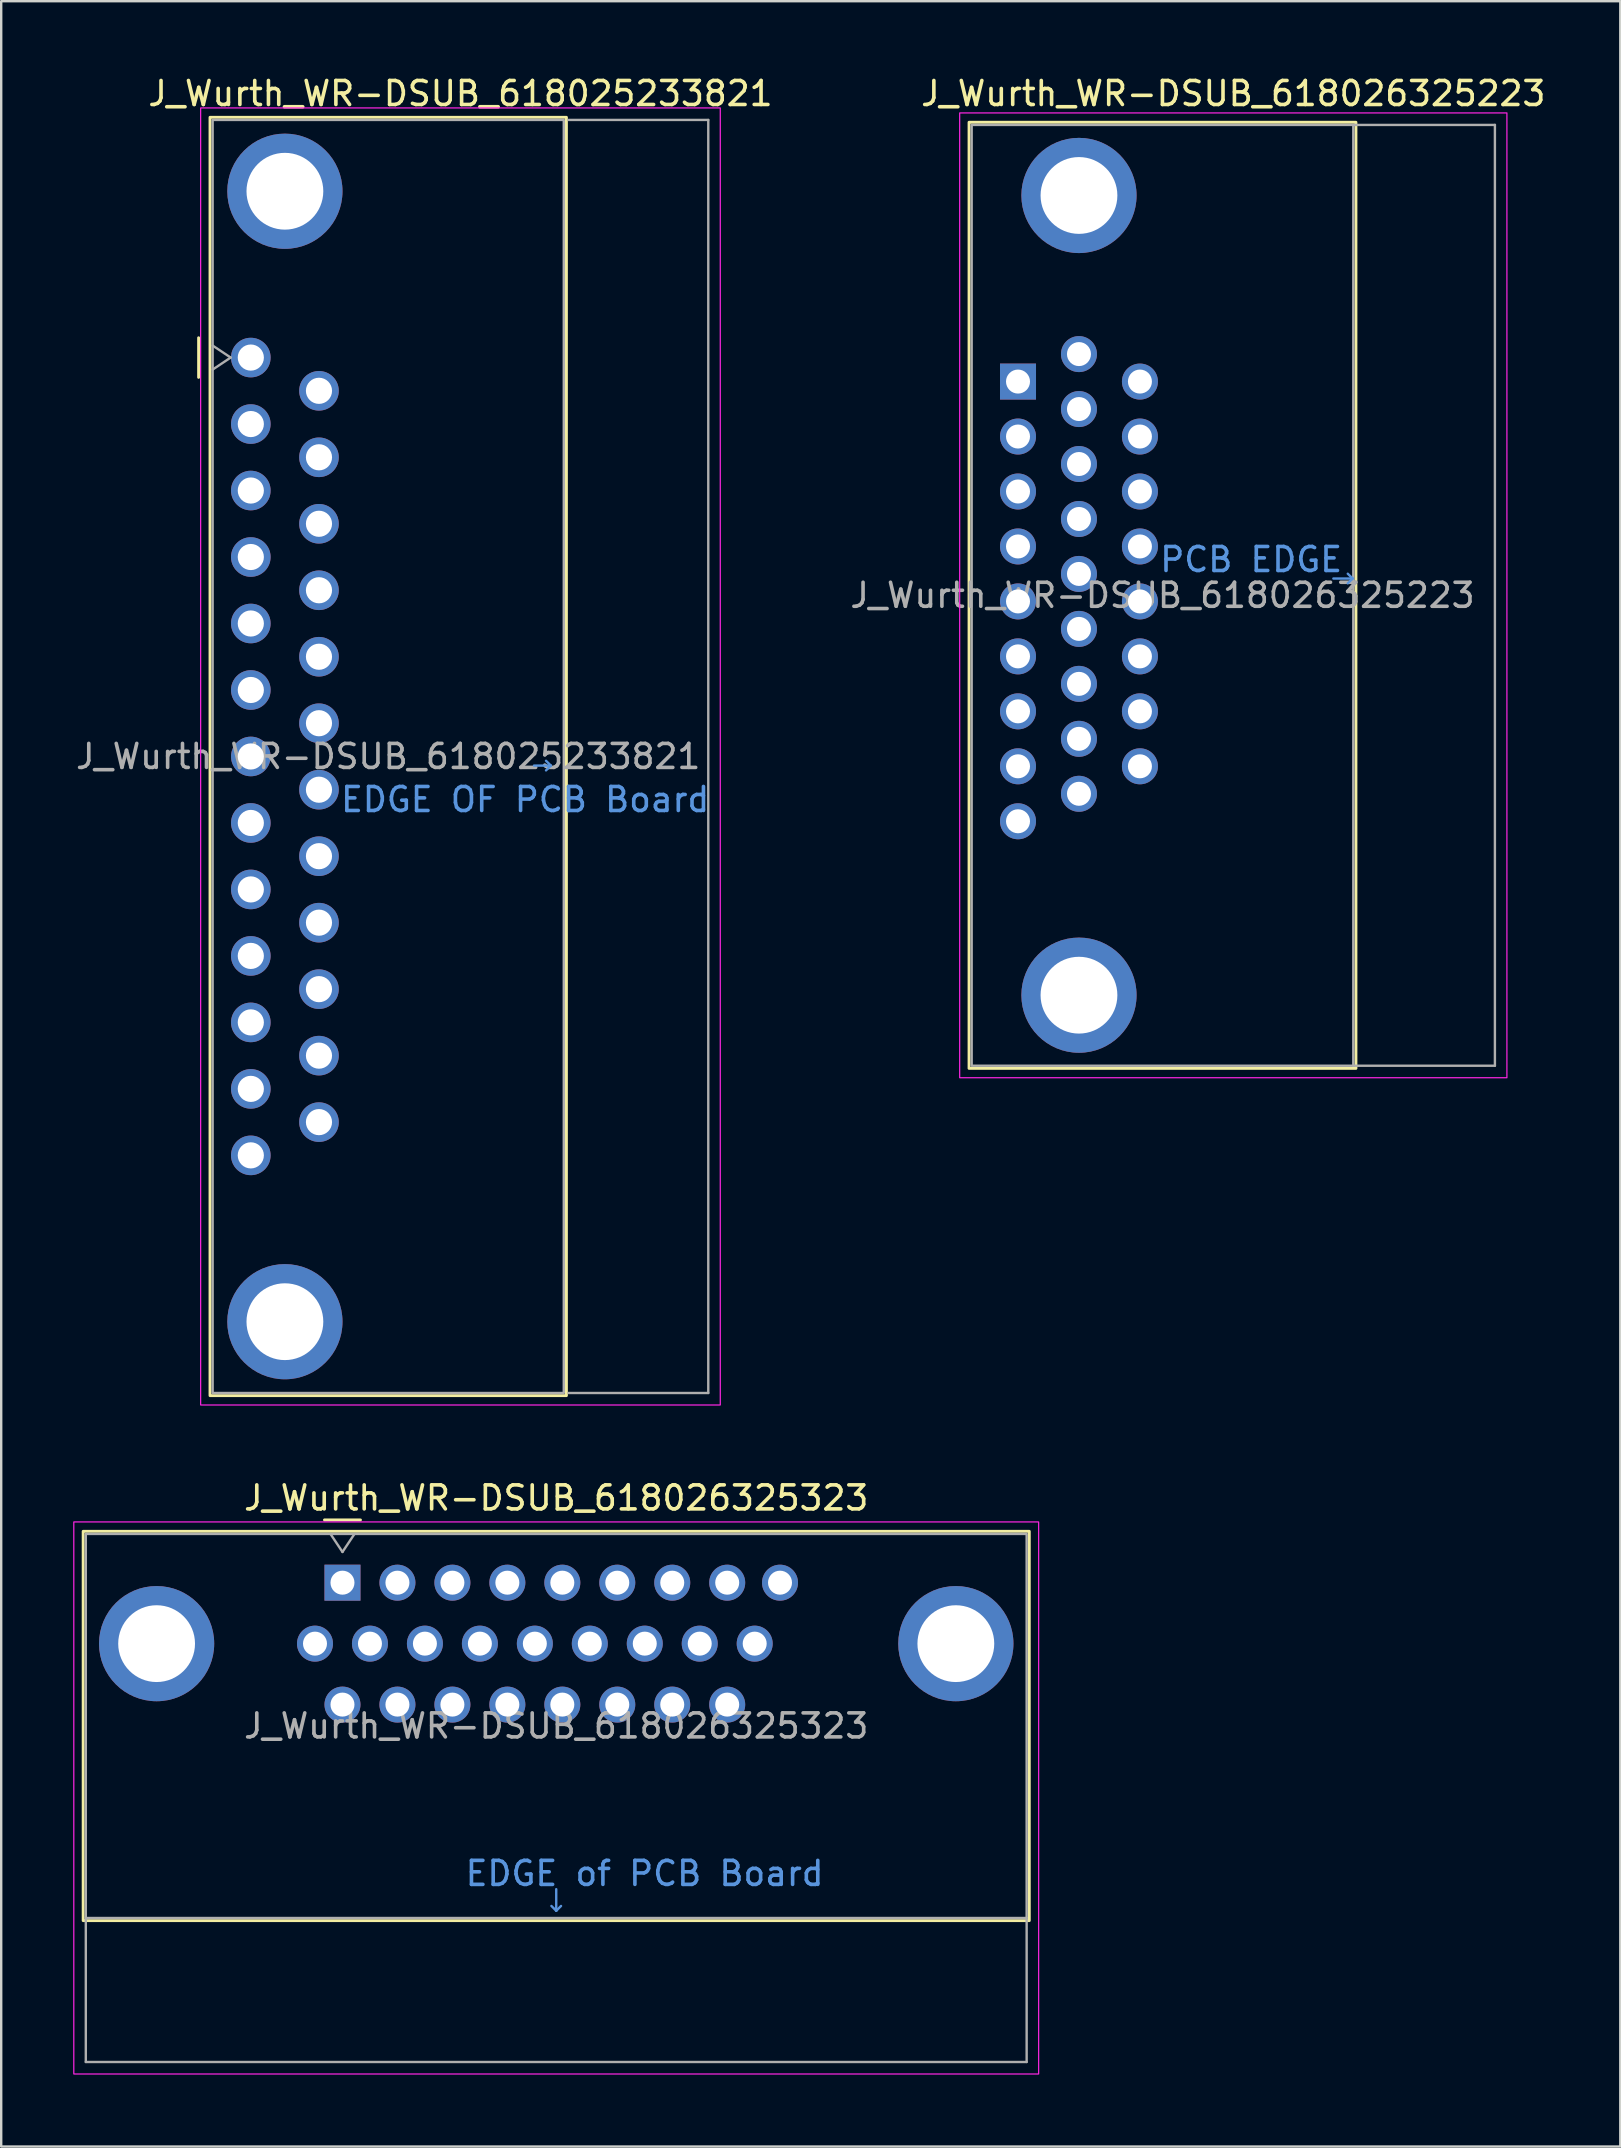
<source format=kicad_pcb>
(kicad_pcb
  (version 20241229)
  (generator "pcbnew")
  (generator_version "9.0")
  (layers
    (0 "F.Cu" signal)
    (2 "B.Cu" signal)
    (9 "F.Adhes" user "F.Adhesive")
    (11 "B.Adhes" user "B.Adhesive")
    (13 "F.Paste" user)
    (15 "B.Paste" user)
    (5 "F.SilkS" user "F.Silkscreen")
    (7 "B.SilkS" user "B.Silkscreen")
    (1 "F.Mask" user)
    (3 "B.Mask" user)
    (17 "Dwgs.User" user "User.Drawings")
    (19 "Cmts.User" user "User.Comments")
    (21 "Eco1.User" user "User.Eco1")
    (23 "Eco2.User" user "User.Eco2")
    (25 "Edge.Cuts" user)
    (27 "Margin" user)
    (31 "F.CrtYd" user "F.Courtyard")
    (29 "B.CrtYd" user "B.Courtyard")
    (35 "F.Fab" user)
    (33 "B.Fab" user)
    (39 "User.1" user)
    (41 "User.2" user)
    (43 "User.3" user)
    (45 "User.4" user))
  (footprint "J_Wurth_WR-DSUB_618025233821"
    (layer "F.Cu")
    (at 7.4 11.848)
    (property "Reference" "J_Wurth_WR-DSUB_618025233821" (at 8.735 -11 0) (unlocked yes) (layer "F.SilkS") (effects (font (size 1 1) (thickness 0.15))))
    (attr through_hole)
    (fp_line (start -2.175 -0.825) (end -2.175 0.825) (stroke (width 0.12) (type solid)) (layer "F.SilkS"))
    (fp_rect (start -1.7 -10.01) (end 13.15 43.25) (stroke (width 0.12) (type solid)) (fill no) (layer "F.SilkS"))
    (fp_line (start 11.8 17) (end 12.5 17) (stroke (width 0.1) (type solid)) (layer "Cmts.User"))
    (fp_line (start 12.5 17) (end 12.3 16.8) (stroke (width 0.1) (type solid)) (layer "Cmts.User"))
    (fp_line (start 12.5 17) (end 12.3 17.2) (stroke (width 0.1) (type solid)) (layer "Cmts.User"))
    (fp_rect (start -2.09 -10.4) (end 19.56 43.64) (stroke (width 0.05) (type solid)) (fill no) (layer "F.CrtYd"))
    (fp_line (start -0.84 0) (end -1.59 -0.5) (stroke (width 0.1) (type solid)) (layer "F.Fab"))
    (fp_line (start -0.84 0) (end -1.59 0.5) (stroke (width 0.1) (type solid)) (layer "F.Fab"))
    (fp_line (start 13.235 -9.9) (end 19.06 -9.9) (stroke (width 0.1) (type solid)) (layer "F.Fab"))
    (fp_line (start 19.06 -9.9) (end 19.06 43.14) (stroke (width 0.1) (type solid)) (layer "F.Fab"))
    (fp_line (start 19.06 43.14) (end 13.235 43.14) (stroke (width 0.1) (type solid)) (layer "F.Fab"))
    (fp_rect (start -1.59 -9.9) (end 13.04 43.14) (stroke (width 0.1) (type solid)) (fill no) (layer "F.Fab"))
    (fp_text user "EDGE OF PCB Board" (at 3.665 19 0) (unlocked yes) (layer "Cmts.User") (effects (font (size 1 1) (thickness 0.15)) (justify left bottom)))
    (fp_text user "${REFERENCE}" (at 5.725 16.62 0) (unlocked yes) (layer "F.Fab") (effects (font (size 1 1) (thickness 0.15))))
    (pad "1" thru_hole circle (at 0 0 90) (size 1.65 1.65) (drill 1.09) (layers "*.Cu" "*.Mask"))
    (pad "2" thru_hole circle (at 0 2.77 90) (size 1.65 1.65) (drill 1.09) (layers "*.Cu" "*.Mask"))
    (pad "3" thru_hole circle (at 0 5.54 90) (size 1.65 1.65) (drill 1.09) (layers "*.Cu" "*.Mask"))
    (pad "4" thru_hole circle (at 0 8.31 90) (size 1.65 1.65) (drill 1.09) (layers "*.Cu" "*.Mask"))
    (pad "5" thru_hole circle (at 0 11.08 90) (size 1.65 1.65) (drill 1.09) (layers "*.Cu" "*.Mask"))
    (pad "6" thru_hole circle (at 0 13.85 90) (size 1.65 1.65) (drill 1.09) (layers "*.Cu" "*.Mask"))
    (pad "7" thru_hole circle (at 0 16.62 90) (size 1.65 1.65) (drill 1.09) (layers "*.Cu" "*.Mask"))
    (pad "8" thru_hole circle (at 0 19.39 90) (size 1.65 1.65) (drill 1.09) (layers "*.Cu" "*.Mask"))
    (pad "9" thru_hole circle (at 0 22.16 90) (size 1.65 1.65) (drill 1.09) (layers "*.Cu" "*.Mask"))
    (pad "10" thru_hole circle (at 0 24.93 90) (size 1.65 1.65) (drill 1.09) (layers "*.Cu" "*.Mask"))
    (pad "11" thru_hole circle (at 0 27.7 90) (size 1.65 1.65) (drill 1.09) (layers "*.Cu" "*.Mask"))
    (pad "12" thru_hole circle (at 0 30.47 90) (size 1.65 1.65) (drill 1.09) (layers "*.Cu" "*.Mask"))
    (pad "13" thru_hole circle (at 0 33.24 90) (size 1.65 1.65) (drill 1.09) (layers "*.Cu" "*.Mask"))
    (pad "14" thru_hole circle (at 2.84 1.385 90) (size 1.65 1.65) (drill 1.09) (layers "*.Cu" "*.Mask"))
    (pad "15" thru_hole circle (at 2.84 4.155 90) (size 1.65 1.65) (drill 1.09) (layers "*.Cu" "*.Mask"))
    (pad "16" thru_hole circle (at 2.84 6.925 90) (size 1.65 1.65) (drill 1.09) (layers "*.Cu" "*.Mask"))
    (pad "17" thru_hole circle (at 2.84 9.695 90) (size 1.65 1.65) (drill 1.09) (layers "*.Cu" "*.Mask"))
    (pad "18" thru_hole circle (at 2.84 12.465 90) (size 1.65 1.65) (drill 1.09) (layers "*.Cu" "*.Mask"))
    (pad "19" thru_hole circle (at 2.84 15.235 90) (size 1.65 1.65) (drill 1.09) (layers "*.Cu" "*.Mask"))
    (pad "20" thru_hole circle (at 2.84 18.005 90) (size 1.65 1.65) (drill 1.09) (layers "*.Cu" "*.Mask"))
    (pad "21" thru_hole circle (at 2.84 20.775 90) (size 1.65 1.65) (drill 1.09) (layers "*.Cu" "*.Mask"))
    (pad "22" thru_hole circle (at 2.84 23.545 90) (size 1.65 1.65) (drill 1.09) (layers "*.Cu" "*.Mask"))
    (pad "23" thru_hole circle (at 2.84 26.315 90) (size 1.65 1.65) (drill 1.09) (layers "*.Cu" "*.Mask"))
    (pad "24" thru_hole circle (at 2.84 29.085 90) (size 1.65 1.65) (drill 1.09) (layers "*.Cu" "*.Mask"))
    (pad "25" thru_hole circle (at 2.84 31.855 90) (size 1.65 1.65) (drill 1.09) (layers "*.Cu" "*.Mask"))
    (pad "S1" thru_hole circle (at 1.42 40.17 90) (size 4.8 4.8) (drill 3.2) (layers "*.Cu" "*.Mask"))
    (pad "S2" thru_hole circle (at 1.42 -6.93 90) (size 4.8 4.8) (drill 3.2) (layers "*.Cu" "*.Mask")))
  (footprint "J_Wurth_WR-DSUB_618026325223"
    (layer "F.Cu")
    (at 39.365 12.848)
    (property "Reference" "J_Wurth_WR-DSUB_618026325223" (at 8.97 -12 0) (unlocked yes) (layer "F.SilkS") (effects (font (size 1 1) (thickness 0.15))))
    (attr through_hole)
    (fp_rect (start -2.04 -10.804) (end 14.08 28.616) (stroke (width 0.12) (type solid)) (fill no) (layer "F.SilkS"))
    (fp_line (start 13.14 8.206) (end 13.94 8.206) (stroke (width 0.1) (type solid)) (layer "Cmts.User"))
    (fp_line (start 13.94 8.206) (end 13.74 8.006) (stroke (width 0.1) (type solid)) (layer "Cmts.User"))
    (fp_line (start 13.94 8.206) (end 13.74 8.406) (stroke (width 0.1) (type solid)) (layer "Cmts.User"))
    (fp_rect (start -2.43 -11.194) (end 20.37 29.006) (stroke (width 0.05) (type solid)) (fill no) (layer "F.CrtYd"))
    (fp_line (start 13.97 -10.694) (end 19.87 -10.694) (stroke (width 0.1) (type solid)) (layer "F.Fab"))
    (fp_line (start 19.87 -10.694) (end 19.87 28.506) (stroke (width 0.1) (type solid)) (layer "F.Fab"))
    (fp_line (start 19.87 28.506) (end 13.97 28.506) (stroke (width 0.1) (type solid)) (layer "F.Fab"))
    (fp_rect (start -1.93 -10.694) (end 13.97 28.506) (stroke (width 0.1) (type solid)) (fill no) (layer "F.Fab"))
    (fp_text user "PCB EDGE" (at 5.83 8 0) (unlocked yes) (layer "Cmts.User") (effects (font (size 1 1) (thickness 0.15)) (justify left bottom)))
    (fp_text user "${REFERENCE}" (at 6.02 8.906 0) (unlocked yes) (layer "F.Fab") (effects (font (size 1 1) (thickness 0.15))))
    (pad "1" thru_hole rect (at 0 0 90) (size 1.5 1.5) (drill 1) (layers "*.Cu" "*.Mask"))
    (pad "2" thru_hole circle (at 0 2.29 90) (size 1.5 1.5) (drill 1) (layers "*.Cu" "*.Mask"))
    (pad "3" thru_hole circle (at 0 4.58 90) (size 1.5 1.5) (drill 1) (layers "*.Cu" "*.Mask"))
    (pad "4" thru_hole circle (at 0 6.87 90) (size 1.5 1.5) (drill 1) (layers "*.Cu" "*.Mask"))
    (pad "5" thru_hole circle (at 0 9.16 90) (size 1.5 1.5) (drill 1) (layers "*.Cu" "*.Mask"))
    (pad "6" thru_hole circle (at 0 11.45 90) (size 1.5 1.5) (drill 1) (layers "*.Cu" "*.Mask"))
    (pad "7" thru_hole circle (at 0 13.74 90) (size 1.5 1.5) (drill 1) (layers "*.Cu" "*.Mask"))
    (pad "8" thru_hole circle (at 0 16.03 90) (size 1.5 1.5) (drill 1) (layers "*.Cu" "*.Mask"))
    (pad "9" thru_hole circle (at 0 18.32 90) (size 1.5 1.5) (drill 1) (layers "*.Cu" "*.Mask"))
    (pad "10" thru_hole circle (at 2.54 -1.145 90) (size 1.5 1.5) (drill 1) (layers "*.Cu" "*.Mask"))
    (pad "11" thru_hole circle (at 2.54 1.145 90) (size 1.5 1.5) (drill 1) (layers "*.Cu" "*.Mask"))
    (pad "12" thru_hole circle (at 2.54 3.435 90) (size 1.5 1.5) (drill 1) (layers "*.Cu" "*.Mask"))
    (pad "13" thru_hole circle (at 2.54 5.725 90) (size 1.5 1.5) (drill 1) (layers "*.Cu" "*.Mask"))
    (pad "14" thru_hole circle (at 2.54 8.015 90) (size 1.5 1.5) (drill 1) (layers "*.Cu" "*.Mask"))
    (pad "15" thru_hole circle (at 2.54 10.305 90) (size 1.5 1.5) (drill 1) (layers "*.Cu" "*.Mask"))
    (pad "16" thru_hole circle (at 2.54 12.595 90) (size 1.5 1.5) (drill 1) (layers "*.Cu" "*.Mask"))
    (pad "17" thru_hole circle (at 2.54 14.885 90) (size 1.5 1.5) (drill 1) (layers "*.Cu" "*.Mask"))
    (pad "18" thru_hole circle (at 2.54 17.175 90) (size 1.5 1.5) (drill 1) (layers "*.Cu" "*.Mask"))
    (pad "19" thru_hole circle (at 5.08 0 90) (size 1.5 1.5) (drill 1) (layers "*.Cu" "*.Mask"))
    (pad "20" thru_hole circle (at 5.08 2.29 90) (size 1.5 1.5) (drill 1) (layers "*.Cu" "*.Mask"))
    (pad "21" thru_hole circle (at 5.08 4.58 90) (size 1.5 1.5) (drill 1) (layers "*.Cu" "*.Mask"))
    (pad "22" thru_hole circle (at 5.08 6.87 90) (size 1.5 1.5) (drill 1) (layers "*.Cu" "*.Mask"))
    (pad "23" thru_hole circle (at 5.08 9.16 90) (size 1.5 1.5) (drill 1) (layers "*.Cu" "*.Mask"))
    (pad "24" thru_hole circle (at 5.08 11.45 90) (size 1.5 1.5) (drill 1) (layers "*.Cu" "*.Mask"))
    (pad "25" thru_hole circle (at 5.08 13.74 90) (size 1.5 1.5) (drill 1) (layers "*.Cu" "*.Mask"))
    (pad "26" thru_hole circle (at 5.08 16.03 90) (size 1.5 1.5) (drill 1) (layers "*.Cu" "*.Mask"))
    (pad "S1" thru_hole circle (at 2.54 25.566 90) (size 4.8 4.8) (drill 3.2) (layers "*.Cu" "*.Mask"))
    (pad "S2" thru_hole circle (at 2.54 -7.754 90) (size 4.8 4.8) (drill 3.2) (layers "*.Cu" "*.Mask")))
  (footprint "J_Wurth_WR-DSUB_618026325323"
    (layer "F.Cu")
    (at 11.219 62.892)
    (property "Reference" "J_Wurth_WR-DSUB_618026325323" (at 8.906 -3.53 0) (unlocked yes) (layer "F.SilkS") (effects (font (size 1 1) (thickness 0.15))))
    (attr through_hole)
    (fp_line (start 0.75 -2.615) (end -0.75 -2.615) (stroke (width 0.12) (type solid)) (layer "F.SilkS"))
    (fp_rect (start -10.804 -2.14) (end 28.616 14.08) (stroke (width 0.12) (type solid)) (fill no) (layer "F.SilkS"))
    (fp_line (start 8.906 12.77) (end 8.906 13.67) (stroke (width 0.1) (type solid)) (layer "Cmts.User"))
    (fp_line (start 8.906 13.67) (end 8.706 13.47) (stroke (width 0.1) (type solid)) (layer "Cmts.User"))
    (fp_line (start 8.906 13.67) (end 9.106 13.47) (stroke (width 0.1) (type solid)) (layer "Cmts.User"))
    (fp_rect (start -11.194 -2.53) (end 29.006 20.47) (stroke (width 0.05) (type solid)) (fill no) (layer "F.CrtYd"))
    (fp_line (start -10.694 19.97) (end -10.694 13.97) (stroke (width 0.1) (type solid)) (layer "F.Fab"))
    (fp_line (start 0 -1.28) (end -0.5 -2.03) (stroke (width 0.1) (type solid)) (layer "F.Fab"))
    (fp_line (start 0 -1.28) (end 0.5 -2.03) (stroke (width 0.1) (type solid)) (layer "F.Fab"))
    (fp_line (start 28.506 13.97) (end 28.506 19.97) (stroke (width 0.1) (type solid)) (layer "F.Fab"))
    (fp_line (start 28.506 19.97) (end -10.694 19.97) (stroke (width 0.1) (type solid)) (layer "F.Fab"))
    (fp_rect (start -10.694 -2.03) (end 28.506 13.97) (stroke (width 0.1) (type solid)) (fill no) (layer "F.Fab"))
    (fp_text user " EDGE of PCB Board" (at 4.276 12.7 0) (unlocked yes) (layer "Cmts.User") (effects (font (size 1 1) (thickness 0.15)) (justify left bottom)))
    (fp_text user "${REFERENCE}" (at 8.906 5.97 0) (unlocked yes) (layer "F.Fab") (effects (font (size 1 1) (thickness 0.15))))
    (pad "1" thru_hole rect (at 0 0) (size 1.5 1.5) (drill 1) (layers "*.Cu" "*.Mask"))
    (pad "2" thru_hole circle (at 2.29 0) (size 1.5 1.5) (drill 1) (layers "*.Cu" "*.Mask"))
    (pad "3" thru_hole circle (at 4.58 0) (size 1.5 1.5) (drill 1) (layers "*.Cu" "*.Mask"))
    (pad "4" thru_hole circle (at 6.87 0) (size 1.5 1.5) (drill 1) (layers "*.Cu" "*.Mask"))
    (pad "5" thru_hole circle (at 9.16 0) (size 1.5 1.5) (drill 1) (layers "*.Cu" "*.Mask"))
    (pad "6" thru_hole circle (at 11.45 0) (size 1.5 1.5) (drill 1) (layers "*.Cu" "*.Mask"))
    (pad "7" thru_hole circle (at 13.74 0) (size 1.5 1.5) (drill 1) (layers "*.Cu" "*.Mask"))
    (pad "8" thru_hole circle (at 16.03 0) (size 1.5 1.5) (drill 1) (layers "*.Cu" "*.Mask"))
    (pad "9" thru_hole circle (at 18.23 0) (size 1.5 1.5) (drill 1) (layers "*.Cu" "*.Mask"))
    (pad "10" thru_hole circle (at -1.145 2.54) (size 1.5 1.5) (drill 1) (layers "*.Cu" "*.Mask"))
    (pad "11" thru_hole circle (at 1.145 2.54) (size 1.5 1.5) (drill 1) (layers "*.Cu" "*.Mask"))
    (pad "12" thru_hole circle (at 3.435 2.54) (size 1.5 1.5) (drill 1) (layers "*.Cu" "*.Mask"))
    (pad "13" thru_hole circle (at 5.725 2.54) (size 1.5 1.5) (drill 1) (layers "*.Cu" "*.Mask"))
    (pad "14" thru_hole circle (at 8.015 2.54) (size 1.5 1.5) (drill 1) (layers "*.Cu" "*.Mask"))
    (pad "15" thru_hole circle (at 10.305 2.54) (size 1.5 1.5) (drill 1) (layers "*.Cu" "*.Mask"))
    (pad "16" thru_hole circle (at 12.595 2.54) (size 1.5 1.5) (drill 1) (layers "*.Cu" "*.Mask"))
    (pad "17" thru_hole circle (at 14.885 2.54) (size 1.5 1.5) (drill 1) (layers "*.Cu" "*.Mask"))
    (pad "18" thru_hole circle (at 17.175 2.54) (size 1.5 1.5) (drill 1) (layers "*.Cu" "*.Mask"))
    (pad "19" thru_hole circle (at 0 5.08) (size 1.5 1.5) (drill 1) (layers "*.Cu" "*.Mask"))
    (pad "20" thru_hole circle (at 2.29 5.08) (size 1.5 1.5) (drill 1) (layers "*.Cu" "*.Mask"))
    (pad "21" thru_hole circle (at 4.58 5.08) (size 1.5 1.5) (drill 1) (layers "*.Cu" "*.Mask"))
    (pad "22" thru_hole circle (at 6.87 5.08) (size 1.5 1.5) (drill 1) (layers "*.Cu" "*.Mask"))
    (pad "23" thru_hole circle (at 9.16 5.08) (size 1.5 1.5) (drill 1) (layers "*.Cu" "*.Mask"))
    (pad "24" thru_hole circle (at 11.45 5.08) (size 1.5 1.5) (drill 1) (layers "*.Cu" "*.Mask"))
    (pad "25" thru_hole circle (at 13.74 5.08) (size 1.5 1.5) (drill 1) (layers "*.Cu" "*.Mask"))
    (pad "26" thru_hole circle (at 16.03 5.08) (size 1.5 1.5) (drill 1) (layers "*.Cu" "*.Mask"))
    (pad "S1" thru_hole circle (at -7.744 2.54) (size 4.8 4.8) (drill 3.2) (layers "*.Cu" "*.Mask"))
    (pad "S2" thru_hole circle (at 25.556 2.54) (size 4.8 4.8) (drill 3.2) (layers "*.Cu" "*.Mask")))
  (gr_rect
    (start -3 -3)
    (end 64.46 86.386)
    (stroke (width 0.1) (type default))
    (fill no)
    (layer "Edge.Cuts")))
</source>
